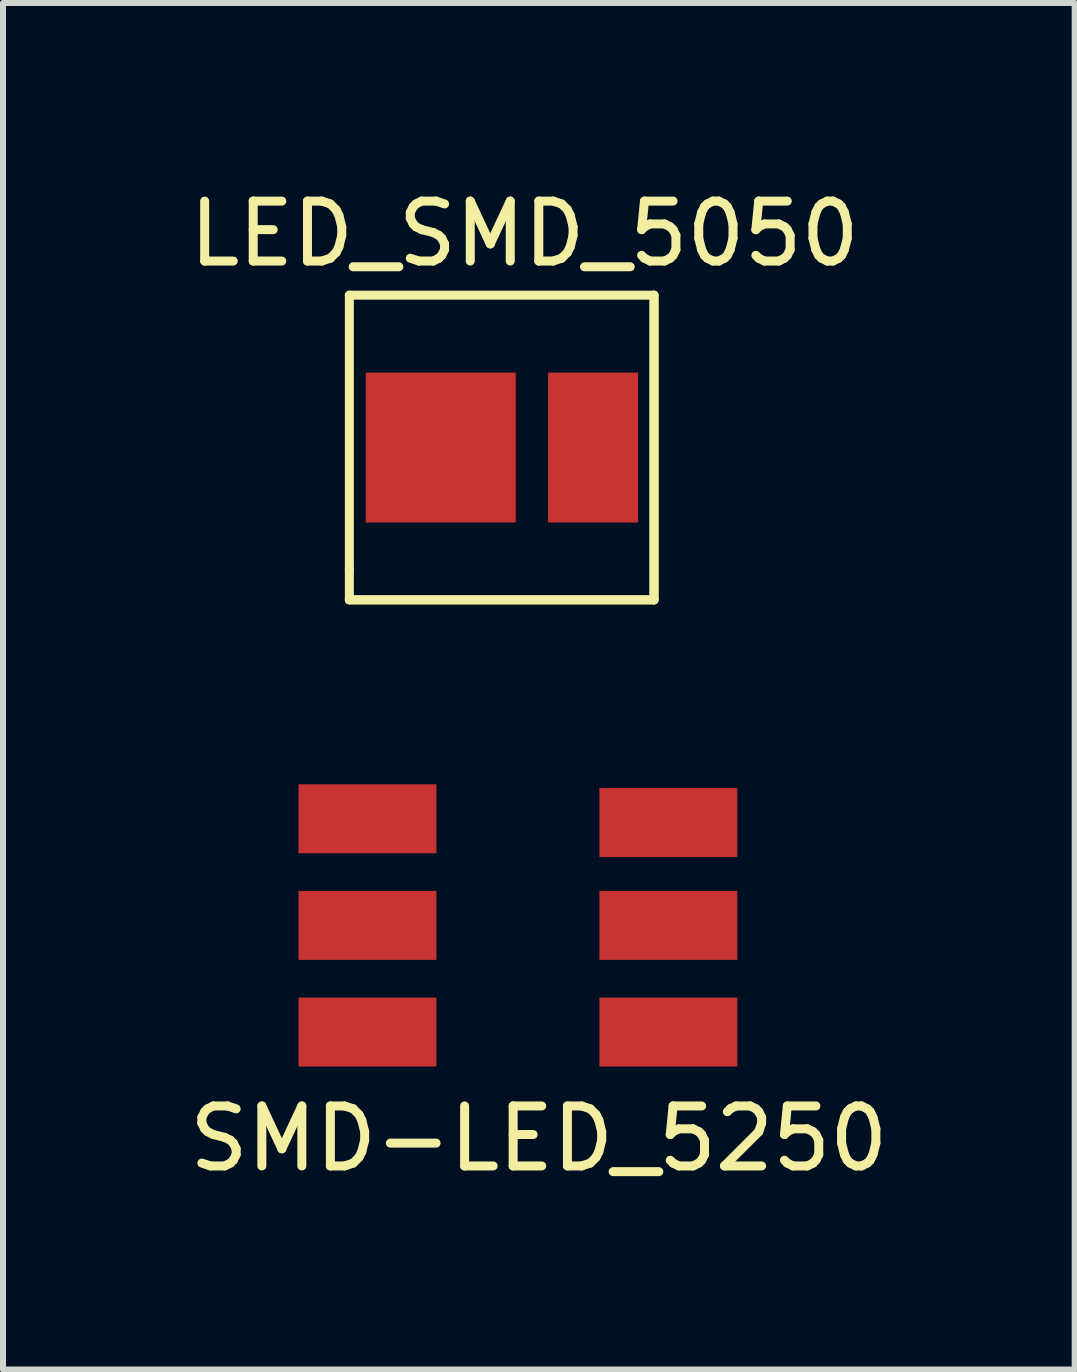
<source format=kicad_pcb>
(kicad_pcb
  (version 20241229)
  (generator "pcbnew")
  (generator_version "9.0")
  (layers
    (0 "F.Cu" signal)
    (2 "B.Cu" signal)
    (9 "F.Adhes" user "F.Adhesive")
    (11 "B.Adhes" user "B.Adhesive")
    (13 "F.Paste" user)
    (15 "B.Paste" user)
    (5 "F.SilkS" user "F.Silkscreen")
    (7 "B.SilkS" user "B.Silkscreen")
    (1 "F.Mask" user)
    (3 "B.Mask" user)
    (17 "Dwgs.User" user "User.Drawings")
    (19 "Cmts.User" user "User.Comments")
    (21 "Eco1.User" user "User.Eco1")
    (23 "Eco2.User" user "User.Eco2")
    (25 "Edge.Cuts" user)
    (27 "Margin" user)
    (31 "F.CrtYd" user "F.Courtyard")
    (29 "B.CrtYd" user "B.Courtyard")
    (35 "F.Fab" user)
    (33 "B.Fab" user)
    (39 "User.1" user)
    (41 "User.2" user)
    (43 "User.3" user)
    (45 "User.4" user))
  (footprint "LED_SMD_5050"
    (layer "F.Cu")
    (at 5.696 0.348)
    (property "Reference" "LED_SMD_5050" (at 0 0.5 0) (layer "F.SilkS") (effects (font (size 1 1) (thickness 0.15))))
    (attr through_hole)
    (fp_line (start -2.921 1.524) (end -2.921 6.096) (stroke (width 0.15) (type solid)) (layer "F.SilkS"))
    (fp_line (start -2.921 6.604) (end -2.921 6.096) (stroke (width 0.15) (type solid)) (layer "F.SilkS"))
    (fp_line (start -2.921 6.604) (end 2.159 6.604) (stroke (width 0.15) (type solid)) (layer "F.SilkS"))
    (fp_line (start 2.159 1.524) (end -2.921 1.524) (stroke (width 0.15) (type solid)) (layer "F.SilkS"))
    (fp_line (start 2.159 1.524) (end 2.159 6.604) (stroke (width 0.15) (type solid)) (layer "F.SilkS"))
    (fp_line (start 2.159 6.604) (end -2.921 6.604) (stroke (width 0.15) (type solid)) (layer "F.SilkS"))
    (fp_line (start 2.159 6.604) (end 2.159 1.524) (stroke (width 0.15) (type solid)) (layer "F.SilkS"))
    (pad "1" smd rect (at -1.397 4.064) (size 2.5 2.5) (layers "F.Cu" "F.Mask" "F.Paste"))
    (pad "2" smd rect (at 1.143 4.064) (size 1.5 2.5) (layers "F.Cu" "F.Mask" "F.Paste")))
  (footprint "SMD-LED_5250"
    (layer "F.Cu")
    (at 5.617 12.38)
    (property "Reference" "SMD-LED_5250" (at 0.318 3.556 0) (layer "F.SilkS") (effects (font (size 1 1) (thickness 0.15))))
    (attr through_hole)
    (pad "1" smd rect (at -2.54 -1.778) (size 2.3 1.15) (layers "F.Cu" "F.Mask" "F.Paste"))
    (pad "2" smd rect (at -2.54 0) (size 2.3 1.15) (layers "F.Cu" "F.Mask" "F.Paste"))
    (pad "3" smd rect (at -2.54 1.778) (size 2.3 1.15) (layers "F.Cu" "F.Mask" "F.Paste"))
    (pad "4" smd rect (at 2.477 -1.714) (size 2.3 1.15) (layers "F.Cu" "F.Mask" "F.Paste"))
    (pad "5" smd rect (at 2.477 0) (size 2.3 1.15) (layers "F.Cu" "F.Mask" "F.Paste"))
    (pad "6" smd rect (at 2.477 1.778) (size 2.3 1.15) (layers "F.Cu" "F.Mask" "F.Paste")))
  (gr_rect
    (start -3 -3)
    (end 14.869 19.785)
    (stroke (width 0.1) (type default))
    (fill no)
    (layer "Edge.Cuts")))
</source>
